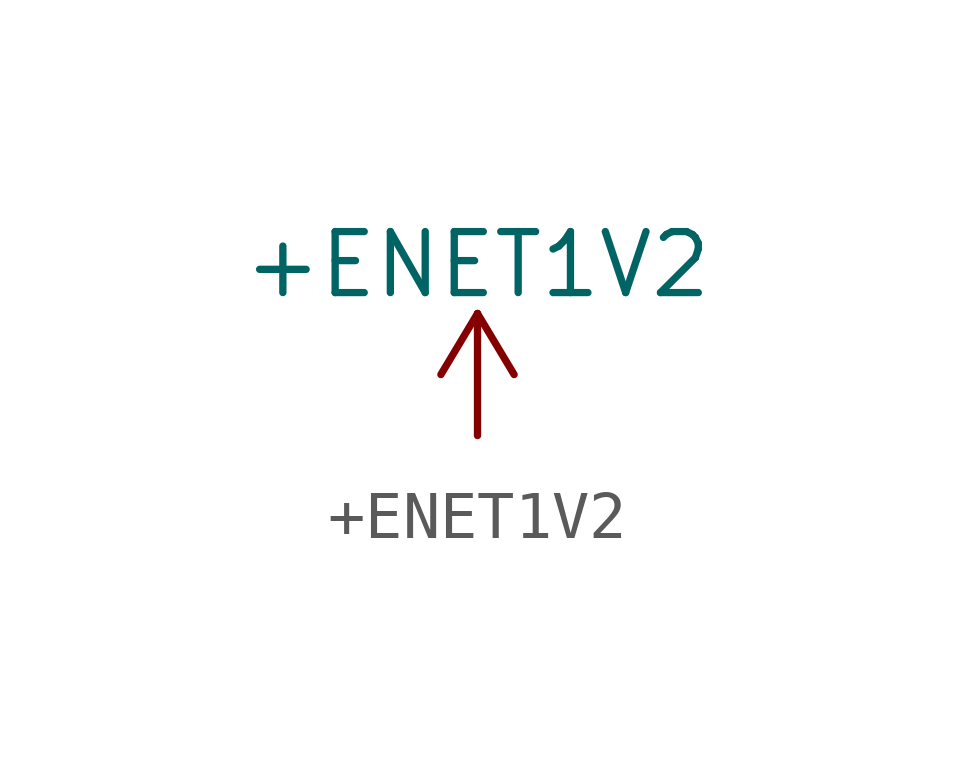
<source format=kicad_sym>
(kicad_symbol_lib
  (version 20220914)
  (generator kicad_symbol_editor)
  (symbol "+ENET1V2"
    (power)
    (pin_names
      (offset 0))
    (property "Reference" "#ENETPWR1V2"
      (at 0 -3.81 0)
      (effects (font (size 1.27 1.27)) hide))
    (property "Value" "+ENET1V2"
      (at 0 3.556 0)
      (effects (font (size 1.27 1.27))))
    (symbol "+ENET1V2_0_1"
      (polyline (pts (xy -0.762 1.27) (xy 0 2.54)) (stroke (width 0) (type default)) (fill (type none)))
      (polyline (pts (xy 0 0) (xy 0 2.54)) (stroke (width 0) (type default)) (fill (type none)))
      (polyline (pts (xy 0 2.54) (xy 0.762 1.27)) (stroke (width 0) (type default)) (fill (type none))))
    (symbol "+ENET1V2_1_1"
      (pin power_in line (at 0 0 90) (length 0) hide (name "+ENET1V2" (effects (font (size 1.27 1.27)))) (number "1" (effects (font (size 1.27 1.27))))))))
</source>
